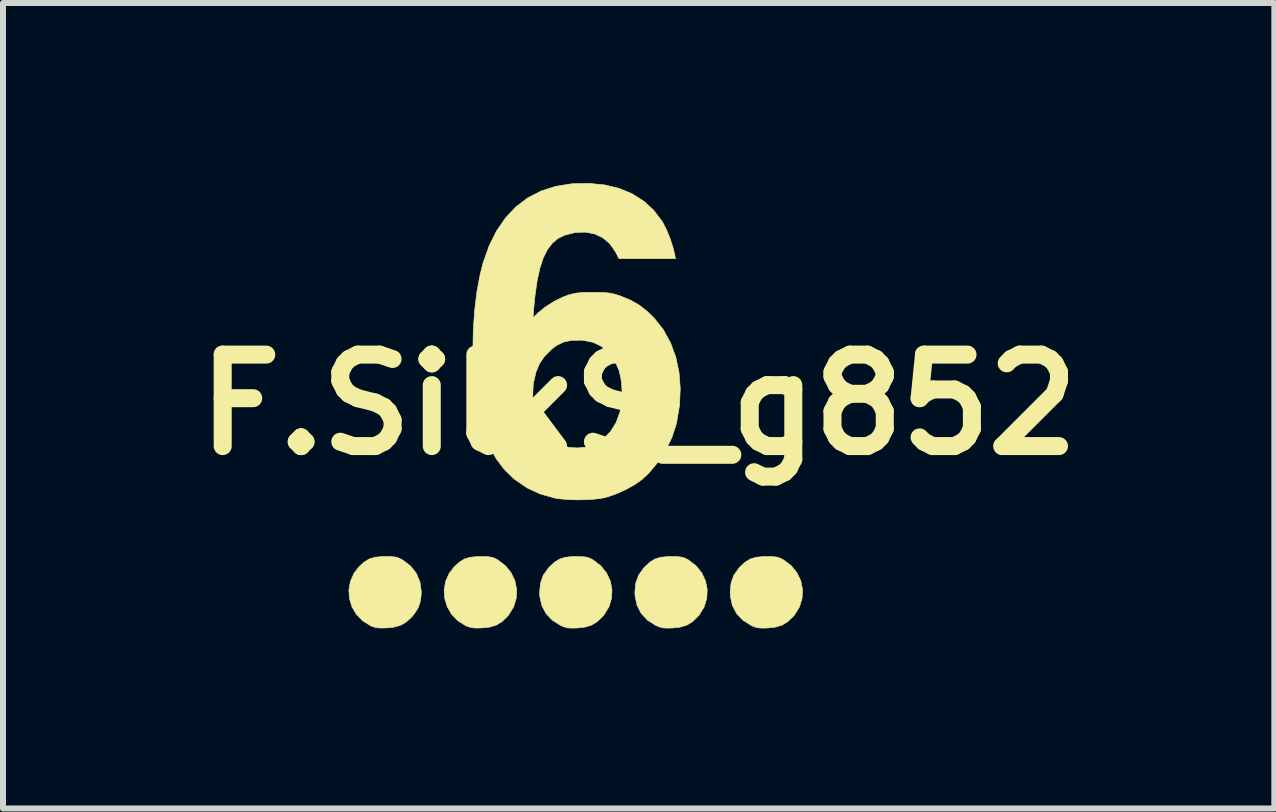
<source format=kicad_pcb>
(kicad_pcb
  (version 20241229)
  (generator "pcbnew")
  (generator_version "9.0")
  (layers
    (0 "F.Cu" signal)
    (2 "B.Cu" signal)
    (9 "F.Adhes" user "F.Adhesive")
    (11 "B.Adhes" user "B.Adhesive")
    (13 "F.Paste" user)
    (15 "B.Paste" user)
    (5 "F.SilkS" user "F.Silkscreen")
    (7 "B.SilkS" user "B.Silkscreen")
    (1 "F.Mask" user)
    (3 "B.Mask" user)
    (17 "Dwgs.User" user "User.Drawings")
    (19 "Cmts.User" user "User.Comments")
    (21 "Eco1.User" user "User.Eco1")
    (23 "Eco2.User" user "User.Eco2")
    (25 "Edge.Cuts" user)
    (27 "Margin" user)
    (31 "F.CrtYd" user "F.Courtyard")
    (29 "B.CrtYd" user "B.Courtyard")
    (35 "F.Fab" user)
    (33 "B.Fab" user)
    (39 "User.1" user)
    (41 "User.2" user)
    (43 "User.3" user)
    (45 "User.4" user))
  (footprint "F.SilkS_g852"
    (layer "F.Cu")
    (at 7.591 3.693)
    (property "Reference" "F.SilkS_g852" (at 0 0 0) (layer "F.SilkS") (effects (font (size 1.524 1.524) (thickness 0.3))))
    (attr through_hole)
    (fp_poly (pts (xy -2.539 2.531) (xy -2.472 2.537) (xy -2.42 2.55) (xy -2.37 2.574) (xy -2.346 2.587) (xy -2.219 2.684) (xy -2.123 2.803) (xy -2.061 2.937) (xy -2.033 3.079) (xy -2.04 3.225) (xy -2.083 3.367) (xy -2.164 3.499) (xy -2.184 3.524) (xy -2.276 3.613) (xy -2.372 3.672) (xy -2.485 3.706) (xy -2.614 3.719) (xy -2.711 3.721) (xy -2.782 3.715) (xy -2.842 3.698) (xy -2.879 3.683) (xy -3.012 3.6) (xy -3.116 3.492) (xy -3.189 3.367) (xy -3.231 3.229) (xy -3.241 3.086) (xy -3.216 2.944) (xy -3.156 2.809) (xy -3.073 2.702) (xy -2.987 2.623) (xy -2.903 2.571) (xy -2.809 2.542) (xy -2.69 2.53) (xy -2.635 2.53) (xy -2.539 2.531)) (stroke (width 0.01) (type solid)) (fill yes) (layer "F.SilkS"))
    (fp_poly (pts (xy -4.127 2.531) (xy -4.059 2.537) (xy -4.008 2.55) (xy -3.958 2.574) (xy -3.933 2.587) (xy -3.801 2.687) (xy -3.704 2.81) (xy -3.644 2.952) (xy -3.622 3.111) (xy -3.624 3.173) (xy -3.642 3.294) (xy -3.679 3.394) (xy -3.743 3.49) (xy -3.783 3.538) (xy -3.874 3.622) (xy -3.972 3.677) (xy -4.088 3.708) (xy -4.202 3.719) (xy -4.299 3.721) (xy -4.37 3.715) (xy -4.429 3.698) (xy -4.466 3.683) (xy -4.599 3.6) (xy -4.703 3.492) (xy -4.777 3.367) (xy -4.819 3.229) (xy -4.828 3.086) (xy -4.803 2.944) (xy -4.743 2.809) (xy -4.661 2.702) (xy -4.575 2.623) (xy -4.491 2.571) (xy -4.396 2.542) (xy -4.278 2.53) (xy -4.223 2.53) (xy -4.127 2.531)) (stroke (width 0.01) (type solid)) (fill yes) (layer "F.SilkS"))
    (fp_poly (pts (xy -0.952 2.531) (xy -0.884 2.537) (xy -0.833 2.55) (xy -0.783 2.574) (xy -0.758 2.587) (xy -0.631 2.684) (xy -0.536 2.803) (xy -0.473 2.937) (xy -0.445 3.079) (xy -0.452 3.225) (xy -0.495 3.367) (xy -0.576 3.499) (xy -0.597 3.524) (xy -0.689 3.613) (xy -0.785 3.672) (xy -0.898 3.706) (xy -1.027 3.72) (xy -1.12 3.722) (xy -1.188 3.717) (xy -1.246 3.701) (xy -1.302 3.677) (xy -1.44 3.589) (xy -1.545 3.477) (xy -1.615 3.342) (xy -1.648 3.186) (xy -1.65 3.122) (xy -1.635 2.97) (xy -1.588 2.84) (xy -1.505 2.723) (xy -1.486 2.702) (xy -1.4 2.623) (xy -1.316 2.571) (xy -1.221 2.542) (xy -1.103 2.53) (xy -1.048 2.53) (xy -0.952 2.531)) (stroke (width 0.01) (type solid)) (fill yes) (layer "F.SilkS"))
    (fp_poly (pts (xy 0.636 2.531) (xy 0.703 2.537) (xy 0.755 2.55) (xy 0.805 2.574) (xy 0.829 2.587) (xy 0.956 2.684) (xy 1.052 2.803) (xy 1.114 2.937) (xy 1.142 3.079) (xy 1.135 3.225) (xy 1.092 3.367) (xy 1.011 3.499) (xy 0.991 3.524) (xy 0.899 3.613) (xy 0.803 3.672) (xy 0.69 3.706) (xy 0.561 3.72) (xy 0.467 3.722) (xy 0.4 3.717) (xy 0.342 3.701) (xy 0.285 3.677) (xy 0.147 3.589) (xy 0.042 3.477) (xy -0.027 3.342) (xy -0.06 3.186) (xy -0.063 3.122) (xy -0.048 2.97) (xy -0.000322 2.84) (xy 0.083 2.723) (xy 0.102 2.702) (xy 0.188 2.623) (xy 0.272 2.571) (xy 0.366 2.542) (xy 0.485 2.53) (xy 0.54 2.53) (xy 0.636 2.531)) (stroke (width 0.01) (type solid)) (fill yes) (layer "F.SilkS"))
    (fp_poly (pts (xy 2.223 2.531) (xy 2.291 2.537) (xy 2.342 2.55) (xy 2.392 2.574) (xy 2.417 2.587) (xy 2.544 2.684) (xy 2.639 2.803) (xy 2.702 2.937) (xy 2.73 3.079) (xy 2.723 3.225) (xy 2.68 3.367) (xy 2.599 3.499) (xy 2.578 3.524) (xy 2.486 3.613) (xy 2.39 3.672) (xy 2.277 3.706) (xy 2.148 3.72) (xy 2.055 3.722) (xy 1.987 3.717) (xy 1.929 3.701) (xy 1.873 3.677) (xy 1.735 3.589) (xy 1.63 3.477) (xy 1.56 3.342) (xy 1.527 3.186) (xy 1.525 3.122) (xy 1.54 2.97) (xy 1.587 2.84) (xy 1.67 2.723) (xy 1.689 2.702) (xy 1.775 2.623) (xy 1.859 2.571) (xy 1.954 2.542) (xy 2.072 2.53) (xy 2.127 2.53) (xy 2.223 2.531)) (stroke (width 0.01) (type solid)) (fill yes) (layer "F.SilkS"))
    (fp_poly (pts (xy -0.567 -3.662) (xy -0.325 -3.604) (xy -0.106 -3.513) (xy 0.087 -3.39) (xy 0.253 -3.237) (xy 0.391 -3.054) (xy 0.408 -3.026) (xy 0.466 -2.911) (xy 0.522 -2.773) (xy 0.569 -2.629) (xy 0.6 -2.503) (xy 0.613 -2.434) (xy 0.142 -2.434) (xy -0.328 -2.434) (xy -0.389 -2.552) (xy -0.48 -2.682) (xy -0.595 -2.78) (xy -0.731 -2.845) (xy -0.885 -2.875) (xy -1.052 -2.87) (xy -1.228 -2.827) (xy -1.229 -2.826) (xy -1.341 -2.773) (xy -1.437 -2.693) (xy -1.52 -2.585) (xy -1.589 -2.447) (xy -1.645 -2.277) (xy -1.691 -2.071) (xy -1.726 -1.827) (xy -1.747 -1.619) (xy -1.761 -1.45) (xy -1.679 -1.527) (xy -1.556 -1.628) (xy -1.41 -1.721) (xy -1.26 -1.795) (xy -1.176 -1.826) (xy -1.101 -1.847) (xy -1.028 -1.861) (xy -0.945 -1.868) (xy -0.84 -1.872) (xy -0.751 -1.872) (xy -0.631 -1.87) (xy -0.54 -1.866) (xy -0.467 -1.857) (xy -0.4 -1.842) (xy -0.326 -1.819) (xy -0.307 -1.812) (xy -0.136 -1.743) (xy 0.01 -1.659) (xy 0.147 -1.552) (xy 0.26 -1.44) (xy 0.411 -1.25) (xy 0.53 -1.033) (xy 0.618 -0.795) (xy 0.672 -0.539) (xy 0.693 -0.269) (xy 0.68 0.012) (xy 0.632 0.3) (xy 0.624 0.331) (xy 0.555 0.543) (xy 0.452 0.754) (xy 0.322 0.956) (xy 0.173 1.135) (xy 0.053 1.248) (xy -0.061 1.328) (xy -0.201 1.407) (xy -0.353 1.477) (xy -0.502 1.531) (xy -0.597 1.555) (xy -0.721 1.572) (xy -0.871 1.582) (xy -1.031 1.585) (xy -1.189 1.579) (xy -1.328 1.567) (xy -1.397 1.555) (xy -1.638 1.488) (xy -1.856 1.387) (xy -2.057 1.25) (xy -2.093 1.221) (xy -2.243 1.073) (xy -2.373 0.9) (xy -2.482 0.702) (xy -2.573 0.474) (xy -2.645 0.215) (xy -2.699 -0.078) (xy -2.703 -0.112) (xy -1.767 -0.112) (xy -1.743 0.079) (xy -1.689 0.255) (xy -1.606 0.409) (xy -1.497 0.538) (xy -1.364 0.638) (xy -1.251 0.69) (xy -1.145 0.714) (xy -1.019 0.72) (xy -0.891 0.709) (xy -0.779 0.681) (xy -0.75 0.669) (xy -0.596 0.575) (xy -0.471 0.451) (xy -0.376 0.299) (xy -0.311 0.121) (xy -0.279 -0.081) (xy -0.275 -0.187) (xy -0.287 -0.388) (xy -0.323 -0.56) (xy -0.386 -0.709) (xy -0.478 -0.843) (xy -0.502 -0.87) (xy -0.619 -0.972) (xy -0.757 -1.039) (xy -0.919 -1.072) (xy -0.954 -1.075) (xy -1.116 -1.073) (xy -1.252 -1.044) (xy -1.371 -0.986) (xy -1.46 -0.917) (xy -1.572 -0.803) (xy -1.653 -0.683) (xy -1.71 -0.547) (xy -1.748 -0.386) (xy -1.758 -0.315) (xy -1.767 -0.112) (xy -2.703 -0.112) (xy -2.738 -0.407) (xy -2.751 -0.591) (xy -2.762 -0.921) (xy -2.755 -1.253) (xy -2.732 -1.578) (xy -2.694 -1.887) (xy -2.641 -2.172) (xy -2.593 -2.36) (xy -2.492 -2.645) (xy -2.367 -2.897) (xy -2.217 -3.114) (xy -2.044 -3.298) (xy -1.847 -3.447) (xy -1.627 -3.56) (xy -1.384 -3.638) (xy -1.12 -3.68) (xy -1.116 -3.681) (xy -0.832 -3.688) (xy -0.567 -3.662)) (stroke (width 0.01) (type solid)) (fill yes) (layer "F.SilkS")))
  (gr_rect
    (start -3 -3)
    (end 18.182 10.42)
    (stroke (width 0.1) (type default))
    (fill no)
    (layer "Edge.Cuts")))
</source>
